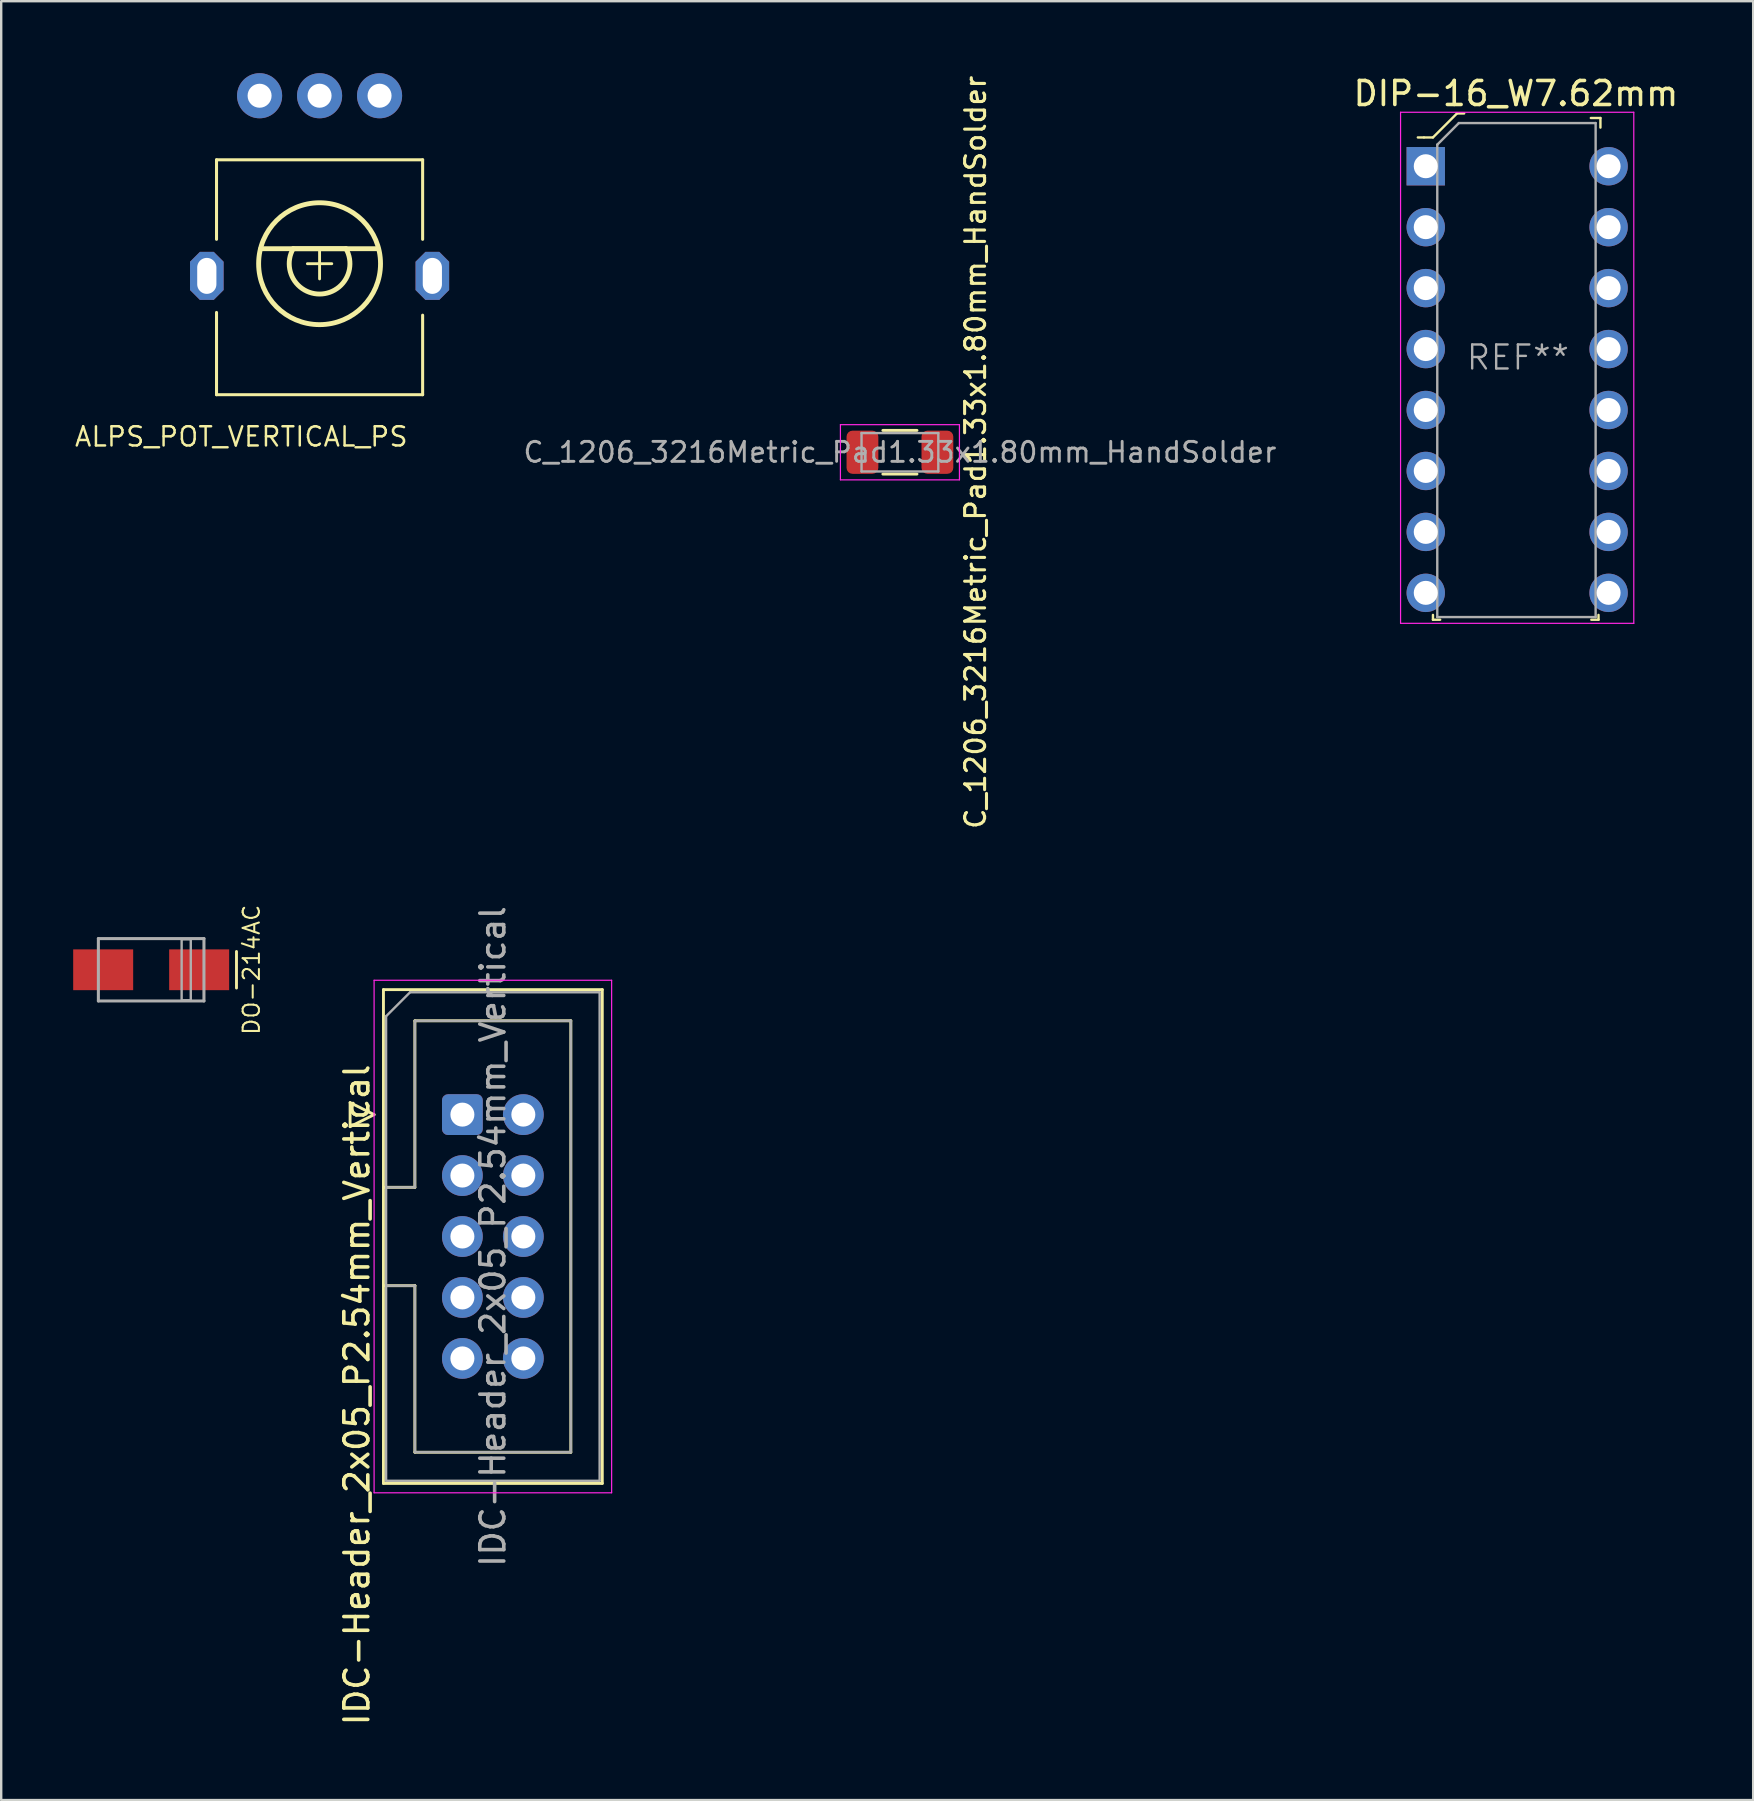
<source format=kicad_pcb>
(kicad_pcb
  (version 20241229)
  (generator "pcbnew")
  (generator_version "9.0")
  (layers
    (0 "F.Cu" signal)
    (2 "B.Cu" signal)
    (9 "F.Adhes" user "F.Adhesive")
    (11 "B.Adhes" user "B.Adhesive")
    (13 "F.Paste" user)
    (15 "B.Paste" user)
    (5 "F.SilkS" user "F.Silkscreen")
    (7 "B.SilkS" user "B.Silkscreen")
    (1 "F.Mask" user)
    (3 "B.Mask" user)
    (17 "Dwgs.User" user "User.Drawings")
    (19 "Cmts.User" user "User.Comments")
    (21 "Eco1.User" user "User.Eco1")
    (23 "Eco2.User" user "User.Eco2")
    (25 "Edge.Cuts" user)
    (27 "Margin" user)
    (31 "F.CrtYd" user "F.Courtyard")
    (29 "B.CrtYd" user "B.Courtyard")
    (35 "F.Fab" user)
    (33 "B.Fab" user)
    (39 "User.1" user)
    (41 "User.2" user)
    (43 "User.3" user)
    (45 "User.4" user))
  (footprint "C_1206_3216Metric_Pad1.33x1.80mm_HandSolder"
    (layer "F.Cu")
    (at 34.456 15.798)
    (property "Reference" "C_1206_3216Metric_Pad1.33x1.80mm_HandSolder" (at 3.15 0 90) (layer "F.SilkS") (effects (font (size 0.833 0.833) (thickness 0.128))))
    (attr smd)
    (fp_line (start -0.711 -0.91) (end 0.711 -0.91) (stroke (width 0.12) (type solid)) (layer "F.SilkS"))
    (fp_line (start -0.711 0.91) (end 0.711 0.91) (stroke (width 0.12) (type solid)) (layer "F.SilkS"))
    (fp_line (start -2.48 -1.15) (end 2.48 -1.15) (stroke (width 0.05) (type solid)) (layer "F.CrtYd"))
    (fp_line (start -2.48 1.15) (end -2.48 -1.15) (stroke (width 0.05) (type solid)) (layer "F.CrtYd"))
    (fp_line (start 2.48 -1.15) (end 2.48 1.15) (stroke (width 0.05) (type solid)) (layer "F.CrtYd"))
    (fp_line (start 2.48 1.15) (end -2.48 1.15) (stroke (width 0.05) (type solid)) (layer "F.CrtYd"))
    (fp_line (start -1.6 -0.8) (end 1.6 -0.8) (stroke (width 0.1) (type solid)) (layer "F.Fab"))
    (fp_line (start -1.6 0.8) (end -1.6 -0.8) (stroke (width 0.1) (type solid)) (layer "F.Fab"))
    (fp_line (start 1.6 -0.8) (end 1.6 0.8) (stroke (width 0.1) (type solid)) (layer "F.Fab"))
    (fp_line (start 1.6 0.8) (end -1.6 0.8) (stroke (width 0.1) (type solid)) (layer "F.Fab"))
    (fp_text user "${REFERENCE}" (at 0 0 0) (layer "F.Fab") (effects (font (size 0.833 0.833) (thickness 0.12))))
    (pad "1" smd roundrect (at -1.562 0) (size 1.325 1.8) (layers "F.Cu" "F.Mask" "F.Paste") (roundrect_rratio 0.189))
    (pad "2" smd roundrect (at 1.562 0) (size 1.325 1.8) (layers "F.Cu" "F.Mask" "F.Paste") (roundrect_rratio 0.189)))
  (footprint "ALPS_POT_VERTICAL_PS"
    (layer "F.Cu")
    (at 10.269 7.94)
    (property "Reference" "ALPS_POT_VERTICAL_PS" (at -3.263 6.742 0) (layer "F.SilkS") (effects (font (size 0.8 0.8) (thickness 0.102)) (justify top)))
    (fp_line (start -4.295 -4.33) (end 4.295 -4.33) (stroke (width 0.127) (type solid)) (layer "F.SilkS"))
    (fp_line (start -4.295 -1.016) (end -4.295 -4.33) (stroke (width 0.127) (type solid)) (layer "F.SilkS"))
    (fp_line (start -4.295 5.46) (end -4.295 2.032) (stroke (width 0.127) (type solid)) (layer "F.SilkS"))
    (fp_line (start -2.45 -0.625) (end 2.425 -0.625) (stroke (width 0.203) (type solid)) (layer "F.SilkS"))
    (fp_line (start -1.1 -0.625) (end 1.1 -0.625) (stroke (width 0.203) (type solid)) (layer "F.SilkS"))
    (fp_line (start -0.508 0) (end 0.508 0) (stroke (width 0.12) (type solid)) (layer "F.SilkS"))
    (fp_line (start 0 -0.633) (end 0 0.633) (stroke (width 0.12) (type solid)) (layer "F.SilkS"))
    (fp_line (start 4.295 -1.016) (end 4.295 -4.33) (stroke (width 0.127) (type solid)) (layer "F.SilkS"))
    (fp_line (start 4.295 5.46) (end -4.295 5.46) (stroke (width 0.127) (type solid)) (layer "F.SilkS"))
    (fp_line (start 4.295 5.46) (end 4.295 2.146) (stroke (width 0.127) (type solid)) (layer "F.SilkS"))
    (fp_arc (start 1.1 -0.625) (mid 0 1.265158) (end -1.1 -0.625) (stroke (width 0.2032) (type solid)) (layer "F.SilkS"))
    (fp_circle (center 0 0) (end 2.54 0) (stroke (width 0.203) (type solid)) (fill no) (layer "F.SilkS"))
    (pad "P$1" thru_hole circle (at -2.5 -7 90) (size 1.88 1.88) (drill 1) (layers "*.Cu" "*.Mask"))
    (pad "P$2" thru_hole circle (at 0 -7 90) (size 1.88 1.88) (drill 1) (layers "*.Cu" "*.Mask"))
    (pad "P$3" thru_hole circle (at 2.5 -7 90) (size 1.88 1.88) (drill 1) (layers "*.Cu" "*.Mask"))
    (pad "P$4" thru_hole roundrect (at -4.7 0.508 90) (size 2 1.4) (drill oval 1.5 0.8) (layers "*.Cu" "*.Mask") (roundrect_rratio 0.25) (chamfer_ratio 0.293) (chamfer top_left top_right bottom_left bottom_right))
    (pad "P$5" thru_hole roundrect (at 4.7 0.508 90) (size 2 1.4) (drill oval 1.5 0.8) (layers "*.Cu" "*.Mask") (roundrect_rratio 0.25) (chamfer_ratio 0.293) (chamfer top_left top_right bottom_left bottom_right)))
  (footprint "DO-214AC"
    (layer "F.Cu")
    (at 3.25 37.367)
    (property "Reference" "DO-214AC" (at 4.181 0 270) (layer "F.SilkS") (effects (font (size 0.678 0.678) (thickness 0.084))))
    (fp_line (start 3.556 -0.762) (end 3.556 0.762) (stroke (width 0.12) (type solid)) (layer "F.SilkS"))
    (fp_line (start -2.2 -1.3) (end 2.2 -1.3) (stroke (width 0.127) (type solid)) (layer "F.Fab"))
    (fp_line (start -2.2 1.3) (end -2.2 -1.3) (stroke (width 0.127) (type solid)) (layer "F.Fab"))
    (fp_line (start 2.2 -1.3) (end 2.2 1.3) (stroke (width 0.127) (type solid)) (layer "F.Fab"))
    (fp_line (start 2.2 1.3) (end -2.2 1.3) (stroke (width 0.127) (type solid)) (layer "F.Fab"))
    (fp_poly (pts (xy 1.651 -1.27) (xy 1.27 -1.27) (xy 1.27 1.27) (xy 1.651 1.27)) (stroke (width 0.1) (type solid)) (fill no) (layer "F.Fab"))
    (pad "1" smd rect (at -2 0 270) (size 1.7 2.5) (layers "F.Cu" "F.Mask" "F.Paste"))
    (pad "2" smd rect (at 2 0 270) (size 1.7 2.5) (layers "F.Cu" "F.Mask" "F.Paste")))
  (footprint "DIP-16_W7.62mm"
    (layer "F.Cu")
    (at 56.371 3.878)
    (property "Reference" "DIP-16_W7.62mm" (at 3.759 -3.03 0) (layer "F.SilkS") (effects (font (size 1 1) (thickness 0.15))))
    (attr through_hole)
    (fp_line (start -0.08 -1.2) (end -0.33 -1.2) (stroke (width 0.1) (type solid)) (layer "F.SilkS"))
    (fp_line (start 0.3 -1.2) (end -0.07 -1.2) (stroke (width 0.1) (type solid)) (layer "F.SilkS"))
    (fp_line (start 0.3 18.7) (end 0.3 18.9) (stroke (width 0.1) (type solid)) (layer "F.SilkS"))
    (fp_line (start 0.3 18.9) (end 0.6 18.9) (stroke (width 0.1) (type solid)) (layer "F.SilkS"))
    (fp_line (start 1.3 -2.2) (end 0.3 -1.2) (stroke (width 0.1) (type solid)) (layer "F.SilkS"))
    (fp_line (start 1.6 -2.2) (end 1.3 -2.2) (stroke (width 0.1) (type solid)) (layer "F.SilkS"))
    (fp_line (start 6.9 18.9) (end 7.2 18.9) (stroke (width 0.1) (type solid)) (layer "F.SilkS"))
    (fp_line (start 7.2 18.9) (end 7.2 18.7) (stroke (width 0.1) (type solid)) (layer "F.SilkS"))
    (fp_line (start 7.28 -2.01) (end 6.88 -2.01) (stroke (width 0.1) (type solid)) (layer "F.SilkS"))
    (fp_line (start 7.28 -1.61) (end 7.28 -2.01) (stroke (width 0.1) (type solid)) (layer "F.SilkS"))
    (fp_line (start -1.05 -2.25) (end -1.05 19.05) (stroke (width 0.05) (type solid)) (layer "F.CrtYd"))
    (fp_line (start -1.05 -2.25) (end 8.67 -2.25) (stroke (width 0.05) (type solid)) (layer "F.CrtYd"))
    (fp_line (start -1.05 19.05) (end 8.67 19.05) (stroke (width 0.05) (type solid)) (layer "F.CrtYd"))
    (fp_line (start 8.67 19.05) (end 8.67 -2.25) (stroke (width 0.05) (type solid)) (layer "F.CrtYd"))
    (fp_line (start 0.48 -0.9) (end 0.48 18.79) (stroke (width 0.1) (type solid)) (layer "F.Fab"))
    (fp_line (start 0.48 -0.9) (end 1.38 -1.8) (stroke (width 0.1) (type solid)) (layer "F.Fab"))
    (fp_line (start 0.48 18.79) (end 7.08 18.79) (stroke (width 0.1) (type solid)) (layer "F.Fab"))
    (fp_line (start 1.38 -1.8) (end 7.08 -1.8) (stroke (width 0.1) (type solid)) (layer "F.Fab"))
    (fp_line (start 7.08 -1.8) (end 7.08 18.79) (stroke (width 0.1) (type solid)) (layer "F.Fab"))
    (fp_text user "REF**" (at 3.84 7.97 0) (layer "F.Fab") (effects (font (size 1 1) (thickness 0.1))))
    (pad "1" thru_hole rect (at 0 0) (size 1.6 1.6) (drill 1) (layers "*.Cu" "*.Mask"))
    (pad "2" thru_hole circle (at 0 2.54) (size 1.6 1.6) (drill 1) (layers "*.Cu" "*.Mask"))
    (pad "3" thru_hole circle (at 0 5.08) (size 1.6 1.6) (drill 1) (layers "*.Cu" "*.Mask"))
    (pad "4" thru_hole circle (at 0 7.62) (size 1.6 1.6) (drill 1) (layers "*.Cu" "*.Mask"))
    (pad "5" thru_hole circle (at 0 10.16) (size 1.6 1.6) (drill 1) (layers "*.Cu" "*.Mask"))
    (pad "6" thru_hole circle (at 0 12.7) (size 1.6 1.6) (drill 1) (layers "*.Cu" "*.Mask"))
    (pad "7" thru_hole circle (at 0 15.24) (size 1.6 1.6) (drill 1) (layers "*.Cu" "*.Mask"))
    (pad "8" thru_hole circle (at 0 17.78) (size 1.6 1.6) (drill 1) (layers "*.Cu" "*.Mask"))
    (pad "9" thru_hole circle (at 7.62 17.78) (size 1.6 1.6) (drill 1) (layers "*.Cu" "*.Mask"))
    (pad "10" thru_hole circle (at 7.62 15.24) (size 1.6 1.6) (drill 1) (layers "*.Cu" "*.Mask"))
    (pad "11" thru_hole circle (at 7.62 12.7) (size 1.6 1.6) (drill 1) (layers "*.Cu" "*.Mask"))
    (pad "12" thru_hole circle (at 7.62 10.16) (size 1.6 1.6) (drill 1) (layers "*.Cu" "*.Mask"))
    (pad "13" thru_hole circle (at 7.62 7.62) (size 1.6 1.6) (drill 1) (layers "*.Cu" "*.Mask"))
    (pad "14" thru_hole circle (at 7.62 5.08) (size 1.6 1.6) (drill 1) (layers "*.Cu" "*.Mask"))
    (pad "15" thru_hole circle (at 7.62 2.54) (size 1.6 1.6) (drill 1) (layers "*.Cu" "*.Mask"))
    (pad "16" thru_hole circle (at 7.62 0) (size 1.6 1.6) (drill 1) (layers "*.Cu" "*.Mask")))
  (footprint "IDC-Header_2x05_P2.54mm_Vertical"
    (layer "F.Cu")
    (at 16.221 43.404)
    (property "Reference" "IDC-Header_2x05_P2.54mm_Vertical" (at -4.397 11.68 90) (layer "F.SilkS") (effects (font (size 1 1) (thickness 0.15))))
    (attr through_hole)
    (fp_line (start -4.68 -0.5) (end -4.68 0.5) (stroke (width 0.12) (type solid)) (layer "F.SilkS"))
    (fp_line (start -4.68 0.5) (end -3.68 0) (stroke (width 0.12) (type solid)) (layer "F.SilkS"))
    (fp_line (start -3.68 0) (end -4.68 -0.5) (stroke (width 0.12) (type solid)) (layer "F.SilkS"))
    (fp_line (start -3.29 -5.21) (end 5.83 -5.21) (stroke (width 0.12) (type solid)) (layer "F.SilkS"))
    (fp_line (start -3.29 3.03) (end -1.98 3.03) (stroke (width 0.12) (type solid)) (layer "F.SilkS"))
    (fp_line (start -3.29 15.37) (end -3.29 -5.21) (stroke (width 0.12) (type solid)) (layer "F.SilkS"))
    (fp_line (start -1.98 -3.91) (end 4.52 -3.91) (stroke (width 0.12) (type solid)) (layer "F.SilkS"))
    (fp_line (start -1.98 3.03) (end -1.98 -3.91) (stroke (width 0.12) (type solid)) (layer "F.SilkS"))
    (fp_line (start -1.98 7.13) (end -3.29 7.13) (stroke (width 0.12) (type solid)) (layer "F.SilkS"))
    (fp_line (start -1.98 7.13) (end -1.98 7.13) (stroke (width 0.12) (type solid)) (layer "F.SilkS"))
    (fp_line (start -1.98 14.07) (end -1.98 7.13) (stroke (width 0.12) (type solid)) (layer "F.SilkS"))
    (fp_line (start 4.52 -3.91) (end 4.52 14.07) (stroke (width 0.12) (type solid)) (layer "F.SilkS"))
    (fp_line (start 4.52 14.07) (end -1.98 14.07) (stroke (width 0.12) (type solid)) (layer "F.SilkS"))
    (fp_line (start 5.83 -5.21) (end 5.83 15.37) (stroke (width 0.12) (type solid)) (layer "F.SilkS"))
    (fp_line (start 5.83 15.37) (end -3.29 15.37) (stroke (width 0.12) (type solid)) (layer "F.SilkS"))
    (fp_line (start -3.68 -5.6) (end -3.68 15.76) (stroke (width 0.05) (type solid)) (layer "F.CrtYd"))
    (fp_line (start -3.68 15.76) (end 6.22 15.76) (stroke (width 0.05) (type solid)) (layer "F.CrtYd"))
    (fp_line (start 6.22 -5.6) (end -3.68 -5.6) (stroke (width 0.05) (type solid)) (layer "F.CrtYd"))
    (fp_line (start 6.22 15.76) (end 6.22 -5.6) (stroke (width 0.05) (type solid)) (layer "F.CrtYd"))
    (fp_line (start -3.18 -4.1) (end -2.18 -5.1) (stroke (width 0.1) (type solid)) (layer "F.Fab"))
    (fp_line (start -3.18 3.03) (end -1.98 3.03) (stroke (width 0.1) (type solid)) (layer "F.Fab"))
    (fp_line (start -3.18 15.26) (end -3.18 -4.1) (stroke (width 0.1) (type solid)) (layer "F.Fab"))
    (fp_line (start -2.18 -5.1) (end 5.72 -5.1) (stroke (width 0.1) (type solid)) (layer "F.Fab"))
    (fp_line (start -1.98 -3.91) (end 4.52 -3.91) (stroke (width 0.1) (type solid)) (layer "F.Fab"))
    (fp_line (start -1.98 3.03) (end -1.98 -3.91) (stroke (width 0.1) (type solid)) (layer "F.Fab"))
    (fp_line (start -1.98 7.13) (end -3.18 7.13) (stroke (width 0.1) (type solid)) (layer "F.Fab"))
    (fp_line (start -1.98 7.13) (end -1.98 7.13) (stroke (width 0.1) (type solid)) (layer "F.Fab"))
    (fp_line (start -1.98 14.07) (end -1.98 7.13) (stroke (width 0.1) (type solid)) (layer "F.Fab"))
    (fp_line (start 4.52 -3.91) (end 4.52 14.07) (stroke (width 0.1) (type solid)) (layer "F.Fab"))
    (fp_line (start 4.52 14.07) (end -1.98 14.07) (stroke (width 0.1) (type solid)) (layer "F.Fab"))
    (fp_line (start 5.72 -5.1) (end 5.72 15.26) (stroke (width 0.1) (type solid)) (layer "F.Fab"))
    (fp_line (start 5.72 15.26) (end -3.18 15.26) (stroke (width 0.1) (type solid)) (layer "F.Fab"))
    (fp_text user "${REFERENCE}" (at 1.27 5.08 90) (layer "F.Fab") (effects (font (size 1 1) (thickness 0.15))))
    (pad "1" thru_hole roundrect (at 0 0) (size 1.7 1.7) (drill 1) (layers "*.Cu" "*.Mask") (roundrect_rratio 0.147))
    (pad "2" thru_hole circle (at 2.54 0) (size 1.7 1.7) (drill 1) (layers "*.Cu" "*.Mask"))
    (pad "3" thru_hole circle (at 0 2.54) (size 1.7 1.7) (drill 1) (layers "*.Cu" "*.Mask"))
    (pad "4" thru_hole circle (at 2.54 2.54) (size 1.7 1.7) (drill 1) (layers "*.Cu" "*.Mask"))
    (pad "5" thru_hole circle (at 0 5.08) (size 1.7 1.7) (drill 1) (layers "*.Cu" "*.Mask"))
    (pad "6" thru_hole circle (at 2.54 5.08) (size 1.7 1.7) (drill 1) (layers "*.Cu" "*.Mask"))
    (pad "7" thru_hole circle (at 0 7.62) (size 1.7 1.7) (drill 1) (layers "*.Cu" "*.Mask"))
    (pad "8" thru_hole circle (at 2.54 7.62) (size 1.7 1.7) (drill 1) (layers "*.Cu" "*.Mask"))
    (pad "9" thru_hole circle (at 0 10.16) (size 1.7 1.7) (drill 1) (layers "*.Cu" "*.Mask"))
    (pad "10" thru_hole circle (at 2.54 10.16) (size 1.7 1.7) (drill 1) (layers "*.Cu" "*.Mask")))
  (gr_rect
    (start -3 -3)
    (end 70.017 71.971)
    (stroke (width 0.1) (type default))
    (fill no)
    (layer "Edge.Cuts")))
</source>
